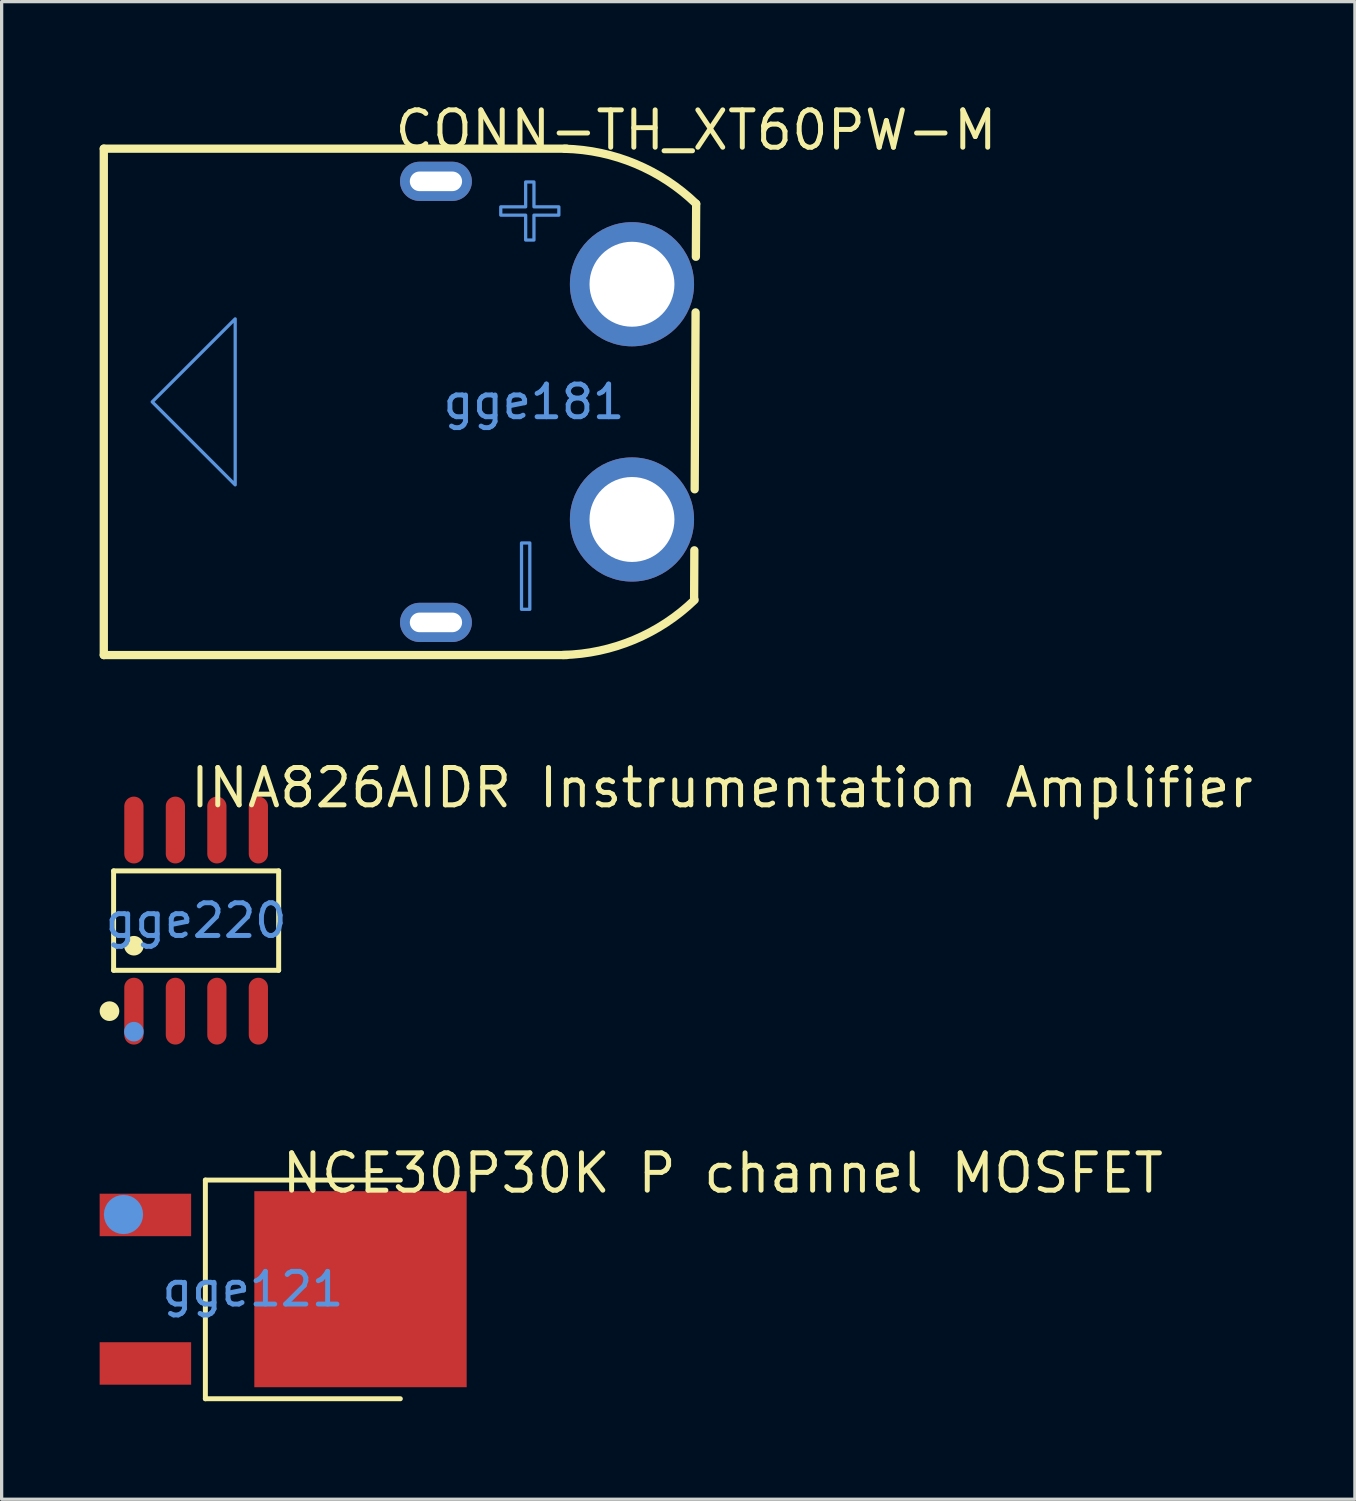
<source format=kicad_pcb>
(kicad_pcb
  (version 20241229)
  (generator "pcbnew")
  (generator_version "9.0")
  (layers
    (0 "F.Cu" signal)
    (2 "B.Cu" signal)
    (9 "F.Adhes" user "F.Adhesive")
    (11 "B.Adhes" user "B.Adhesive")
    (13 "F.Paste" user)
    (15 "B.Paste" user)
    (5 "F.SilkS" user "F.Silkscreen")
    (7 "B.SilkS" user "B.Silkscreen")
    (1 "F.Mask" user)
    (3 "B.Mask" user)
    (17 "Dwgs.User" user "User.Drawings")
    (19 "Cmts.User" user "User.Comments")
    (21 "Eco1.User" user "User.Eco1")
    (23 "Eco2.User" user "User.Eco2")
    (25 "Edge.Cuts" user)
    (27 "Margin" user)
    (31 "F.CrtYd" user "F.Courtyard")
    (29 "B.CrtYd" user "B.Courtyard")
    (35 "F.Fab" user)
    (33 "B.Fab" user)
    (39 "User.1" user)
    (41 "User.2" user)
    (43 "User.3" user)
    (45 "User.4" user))
  (footprint "INA826AIDR Instrumentation Amplifier"
    (layer "F.Cu")
    (at 2.953 25.127)
    (property "Reference" "INA826AIDR Instrumentation Amplifier" (at -0.254 -4.064 0) (layer "F.SilkS") (effects (font (size 1.143 1.143) (thickness 0.152)) (justify left)))
    (attr smd)
    (fp_line (start -2.526 -1.521) (end 2.526 -1.521) (stroke (width 0.152) (type solid)) (layer "F.SilkS"))
    (fp_line (start -2.526 1.521) (end -2.526 -1.521) (stroke (width 0.152) (type solid)) (layer "F.SilkS"))
    (fp_line (start 2.526 -1.521) (end 2.526 1.521) (stroke (width 0.152) (type solid)) (layer "F.SilkS"))
    (fp_line (start 2.526 1.521) (end -2.526 1.521) (stroke (width 0.152) (type solid)) (layer "F.SilkS"))
    (fp_circle (center -2.652 2.772) (end -2.501 2.772) (stroke (width 0.3) (type solid)) (fill no) (layer "F.SilkS"))
    (fp_circle (center -1.905 0.769) (end -1.755 0.769) (stroke (width 0.3) (type solid)) (fill no) (layer "F.SilkS"))
    (fp_circle (center -1.905 3.4) (end -1.755 3.4) (stroke (width 0.3) (type solid)) (fill no) (layer "Cmts.User"))
    (fp_text user "gge220" (at 0 0 0) (layer "Cmts.User") (effects (font (size 1 1) (thickness 0.15))))
    (pad "1" smd oval (at -1.905 2.772) (size 0.588 2.045) (layers "F.Cu" "F.Mask" "F.Paste"))
    (pad "2" smd oval (at -0.635 2.772) (size 0.588 2.045) (layers "F.Cu" "F.Mask" "F.Paste"))
    (pad "3" smd oval (at 0.635 2.772) (size 0.588 2.045) (layers "F.Cu" "F.Mask" "F.Paste"))
    (pad "4" smd oval (at 1.905 2.772) (size 0.588 2.045) (layers "F.Cu" "F.Mask" "F.Paste"))
    (pad "5" smd oval (at 1.905 -2.772) (size 0.588 2.045) (layers "F.Cu" "F.Mask" "F.Paste"))
    (pad "6" smd oval (at 0.635 -2.772) (size 0.588 2.045) (layers "F.Cu" "F.Mask" "F.Paste"))
    (pad "7" smd oval (at -0.635 -2.772) (size 0.588 2.045) (layers "F.Cu" "F.Mask" "F.Paste"))
    (pad "8" smd oval (at -1.905 -2.772) (size 0.588 2.045) (layers "F.Cu" "F.Mask" "F.Paste")))
  (footprint "NCE30P30K P channel MOSFET"
    (layer "F.Cu")
    (at 4.692 36.409)
    (property "Reference" "NCE30P30K P channel MOSFET" (at 0.811 -3.552 0) (layer "F.SilkS") (effects (font (size 1.143 1.143) (thickness 0.152)) (justify left)))
    (attr smd)
    (fp_line (start -1.456 -3.34) (end -1.456 3.353) (stroke (width 0.152) (type solid)) (layer "F.SilkS"))
    (fp_line (start 4.511 -3.34) (end -1.456 -3.34) (stroke (width 0.152) (type solid)) (layer "F.SilkS"))
    (fp_line (start 4.511 3.353) (end -1.456 3.353) (stroke (width 0.152) (type solid)) (layer "F.SilkS"))
    (fp_circle (center -3.962 -2.286) (end -3.662 -2.286) (stroke (width 0.6) (type solid)) (fill no) (layer "Cmts.User"))
    (fp_text user "gge121" (at 0 0 0) (layer "Cmts.User") (effects (font (size 1 1) (thickness 0.15))))
    (pad "1" smd rect (at -3.292 -2.273) (size 2.8 1.3) (layers "F.Cu" "F.Mask" "F.Paste"))
    (pad "2" smd rect (at 3.292 0) (size 6.5 6) (layers "F.Cu" "F.Mask" "F.Paste"))
    (pad "3" smd rect (at -3.292 2.273) (size 2.8 1.3) (layers "F.Cu" "F.Mask" "F.Paste")))
  (footprint "CONN-TH_XT60PW-M"
    (layer "F.Cu")
    (at 13.293 9.25)
    (property "Reference" "CONN-TH_XT60PW-M" (at -4.337 -8.315 0) (layer "F.SilkS") (effects (font (size 1.143 1.143) (thickness 0.152)) (justify left)))
    (attr through_hole)
    (fp_line (start -13.166 -7.75) (end 1 -7.75) (stroke (width 0.254) (type solid)) (layer "F.SilkS"))
    (fp_line (start -13.166 7.75) (end -13.166 -7.75) (stroke (width 0.254) (type solid)) (layer "F.SilkS"))
    (fp_line (start -13.166 7.75) (end 1 7.75) (stroke (width 0.254) (type solid)) (layer "F.SilkS"))
    (fp_line (start 4.909 4.544) (end 4.902 5.994) (stroke (width 0.254) (type solid)) (layer "F.SilkS"))
    (fp_line (start 4.947 -2.738) (end 4.919 2.676) (stroke (width 0.254) (type solid)) (layer "F.SilkS"))
    (fp_line (start 4.965 -6.062) (end 4.956 -4.441) (stroke (width 0.254) (type solid)) (layer "F.SilkS"))
    (fp_arc (start 0.937 -7.747) (mid 3.109636 -7.283825) (end 4.964813 -6.061861) (stroke (width 0.254) (type solid)) (layer "F.SilkS"))
    (fp_arc (start 4.917 6.062) (mid 3.061759 7.284022) (end 0.889043 7.747229) (stroke (width 0.254) (type solid)) (layer "F.SilkS"))
    (fp_poly (pts (xy -9.144 -2.54) (xy -9.144 2.54) (xy -11.684 0)) (stroke (width 0.1) (type solid)) (fill no) (layer "Cmts.User"))
    (fp_poly (pts (xy -0.381 4.318) (xy -0.127 4.318) (xy -0.127 6.35) (xy -0.381 6.35)) (stroke (width 0.1) (type solid)) (fill no) (layer "Cmts.User"))
    (fp_poly (pts (xy -0.254 -6.731) (xy 0 -6.731) (xy 0 -5.969) (xy 0.762 -5.969) (xy 0.762 -5.715) (xy 0 -5.715) (xy 0 -4.953) (xy -0.254 -4.953) (xy -0.254 -5.715) (xy -1.016 -5.715) (xy -1.016 -5.969) (xy -0.254 -5.969)) (stroke (width 0.1) (type solid)) (fill no) (layer "Cmts.User"))
    (fp_text user "gge181" (at 0 0 0) (layer "Cmts.User") (effects (font (size 1 1) (thickness 0.15))))
    (pad "1" thru_hole circle (at 3 3.6 90) (size 3.8 3.8) (drill 2.6) (layers "*.Cu" "*.Paste" "*.Mask"))
    (pad "2" thru_hole circle (at 3 -3.6 90) (size 3.8 3.8) (drill 2.6) (layers "*.Cu" "*.Paste" "*.Mask"))
    (pad "3" thru_hole oval (at -3 -6.75 90) (size 1.2 2.2) (drill oval 0.6 1.6) (layers "*.Cu" "*.Paste" "*.Mask"))
    (pad "4" thru_hole oval (at -3 6.75 90) (size 1.2 2.2) (drill oval 0.6 1.6) (layers "*.Cu" "*.Paste" "*.Mask")))
  (gr_rect
    (start -3 -3)
    (end 38.42 42.838)
    (stroke (width 0.1) (type default))
    (fill no)
    (layer "Edge.Cuts")))
</source>
